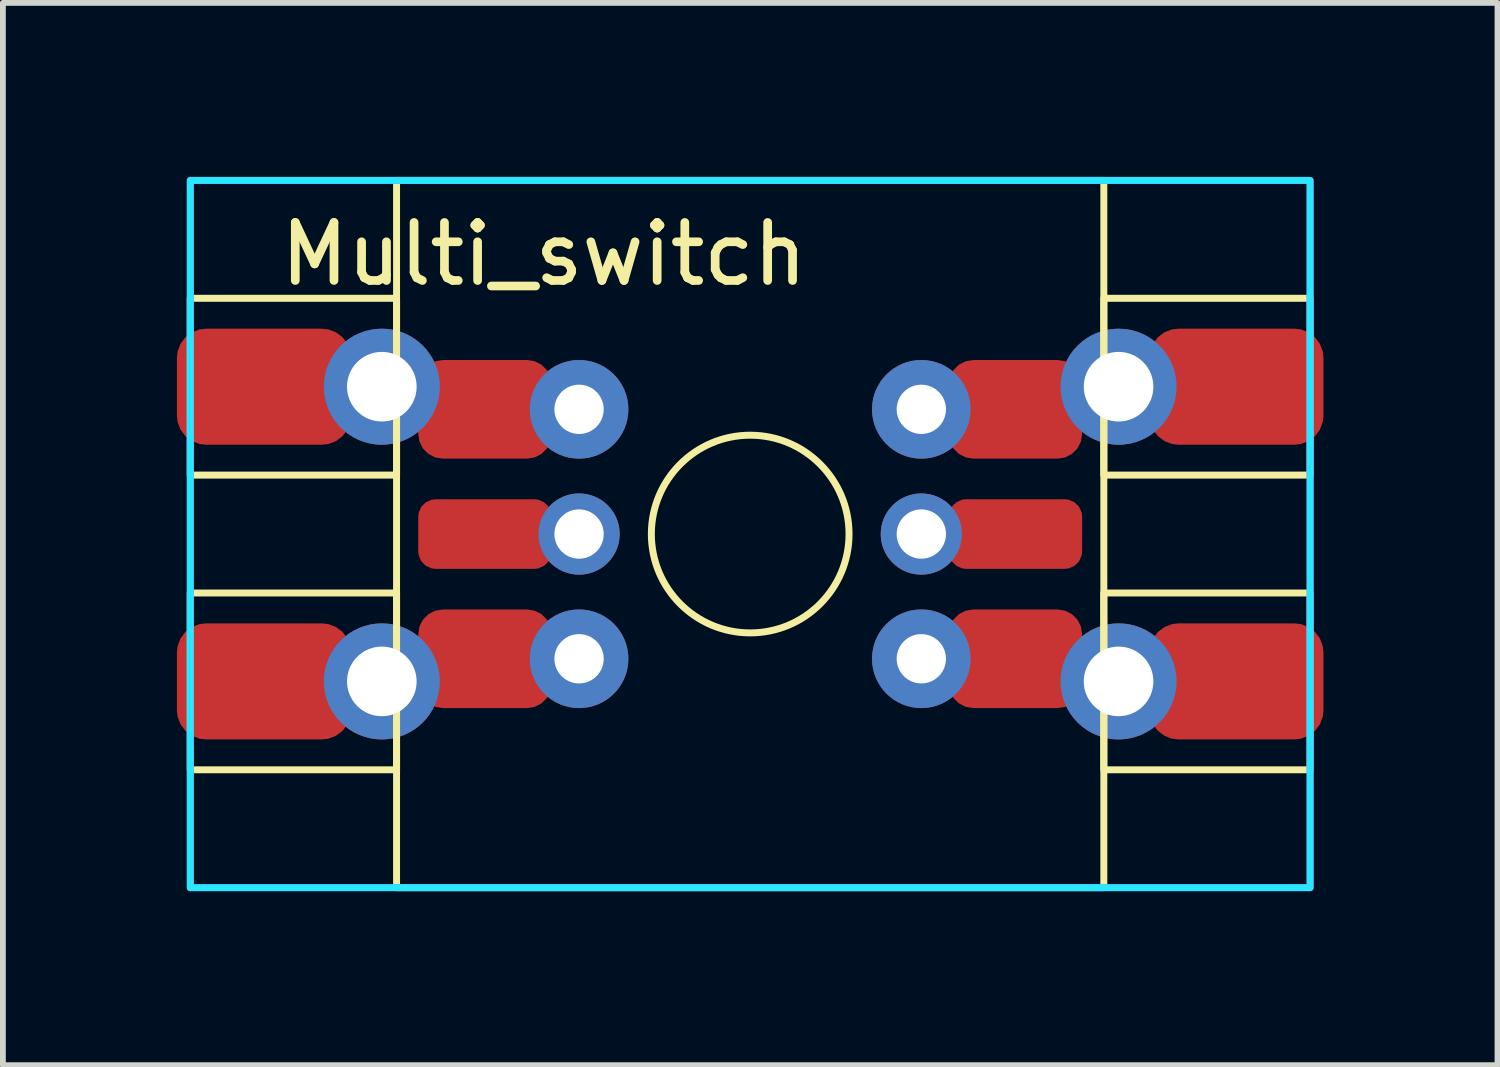
<source format=kicad_pcb>
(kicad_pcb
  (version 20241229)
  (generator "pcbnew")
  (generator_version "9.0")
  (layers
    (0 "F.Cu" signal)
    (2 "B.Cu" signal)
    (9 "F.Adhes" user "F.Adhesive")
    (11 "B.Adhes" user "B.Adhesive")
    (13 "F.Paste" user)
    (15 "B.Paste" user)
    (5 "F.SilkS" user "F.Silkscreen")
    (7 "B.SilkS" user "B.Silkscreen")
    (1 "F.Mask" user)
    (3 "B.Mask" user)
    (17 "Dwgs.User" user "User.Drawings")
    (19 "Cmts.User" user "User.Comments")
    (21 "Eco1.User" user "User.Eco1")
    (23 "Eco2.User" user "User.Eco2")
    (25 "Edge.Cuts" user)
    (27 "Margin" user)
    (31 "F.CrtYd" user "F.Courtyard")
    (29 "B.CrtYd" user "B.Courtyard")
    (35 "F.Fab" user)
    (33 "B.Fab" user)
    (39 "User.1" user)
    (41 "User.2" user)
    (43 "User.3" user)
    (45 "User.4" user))
  (footprint "Multi_switch"
    (layer "F.Cu")
    (at 9.882 6.156)
    (property "Reference" "Multi_switch" (at -3.556 -4.826 0) (unlocked yes) (layer "F.SilkS") (effects (font (size 1 1) (thickness 0.15))))
    (attr through_hole)
    (fp_rect (start -6.096 -6.096) (end 6.096 6.096) (stroke (width 0.12) (type solid)) (fill no) (layer "F.SilkS"))
    (fp_rect (start -6.096 -4.064) (end -9.652 -1.016) (stroke (width 0.12) (type solid)) (fill no) (layer "F.SilkS"))
    (fp_rect (start -6.096 1.016) (end -9.652 4.064) (stroke (width 0.12) (type solid)) (fill no) (layer "F.SilkS"))
    (fp_rect (start 6.096 -4.064) (end 9.652 -1.016) (stroke (width 0.12) (type solid)) (fill no) (layer "F.SilkS"))
    (fp_rect (start 6.096 1.016) (end 9.652 4.064) (stroke (width 0.12) (type solid)) (fill no) (layer "F.SilkS"))
    (fp_circle (center 0 0) (end -0.762 -1.524) (stroke (width 0.12) (type solid)) (fill no) (layer "F.SilkS"))
    (fp_rect (start -9.652 -6.096) (end 9.652 6.096) (stroke (width 0.12) (type solid)) (fill no) (layer "B.CrtYd"))
    (fp_rect (start -9.652 -6.096) (end 9.652 6.096) (stroke (width 0.12) (type solid)) (fill no) (layer "F.CrtYd"))
    (pad "1" smd roundrect (at -8.382 -2.54) (size 3 2) (layers "F.Cu" "F.Mask" "F.Paste") (roundrect_rratio 0.25))
    (pad "1" thru_hole circle (at -6.35 -2.54) (size 2 2) (drill 1.2) (layers "*.Cu" "*.Mask"))
    (pad "1" smd roundrect (at -4.572 -2.15) (size 2.3 1.7) (layers "F.Cu" "F.Mask" "F.Paste") (roundrect_rratio 0.25))
    (pad "1" thru_hole circle (at -2.95 -2.15) (size 1.7 1.7) (drill 0.85) (layers "*.Cu" "*.Mask"))
    (pad "1" thru_hole circle (at 2.95 -2.15) (size 1.7 1.7) (drill 0.85) (layers "*.Cu" "*.Mask"))
    (pad "1" thru_hole circle (at 2.95 0) (size 1.4 1.4) (drill 0.85) (layers "*.Cu" "*.Mask"))
    (pad "1" smd roundrect (at 4.572 -2.15) (size 2.3 1.7) (layers "F.Cu" "F.Mask" "F.Paste") (roundrect_rratio 0.25))
    (pad "1" smd roundrect (at 4.572 0) (size 2.3 1.2) (layers "F.Cu" "F.Mask" "F.Paste") (roundrect_rratio 0.25))
    (pad "1" thru_hole circle (at 6.35 -2.54) (size 2 2) (drill 1.2) (layers "*.Cu" "*.Mask"))
    (pad "1" smd roundrect (at 8.382 -2.54) (size 3 2) (layers "F.Cu" "F.Mask" "F.Paste") (roundrect_rratio 0.25))
    (pad "2" smd roundrect (at -8.382 2.54) (size 3 2) (layers "F.Cu" "F.Mask" "F.Paste") (roundrect_rratio 0.25))
    (pad "2" thru_hole circle (at -6.35 2.54) (size 2 2) (drill 1.2) (layers "*.Cu" "*.Mask"))
    (pad "2" smd roundrect (at -4.572 0) (size 2.3 1.2) (layers "F.Cu" "F.Mask" "F.Paste") (roundrect_rratio 0.25))
    (pad "2" smd roundrect (at -4.572 2.15) (size 2.3 1.7) (layers "F.Cu" "F.Mask" "F.Paste") (roundrect_rratio 0.25))
    (pad "2" thru_hole circle (at -2.95 0) (size 1.4 1.4) (drill 0.85) (layers "*.Cu" "*.Mask"))
    (pad "2" thru_hole circle (at -2.95 2.15) (size 1.7 1.7) (drill 0.85) (layers "*.Cu" "*.Mask"))
    (pad "2" thru_hole circle (at 2.95 2.15) (size 1.7 1.7) (drill 0.85) (layers "*.Cu" "*.Mask"))
    (pad "2" smd roundrect (at 4.572 2.15) (size 2.3 1.7) (layers "F.Cu" "F.Mask" "F.Paste") (roundrect_rratio 0.25))
    (pad "2" thru_hole circle (at 6.35 2.54) (size 2 2) (drill 1.2) (layers "*.Cu" "*.Mask"))
    (pad "2" smd roundrect (at 8.382 2.54) (size 3 2) (layers "F.Cu" "F.Mask" "F.Paste") (roundrect_rratio 0.25)))
  (gr_rect
    (start -3 -3)
    (end 22.764 15.312)
    (stroke (width 0.1) (type default))
    (fill no)
    (layer "Edge.Cuts")))
</source>
